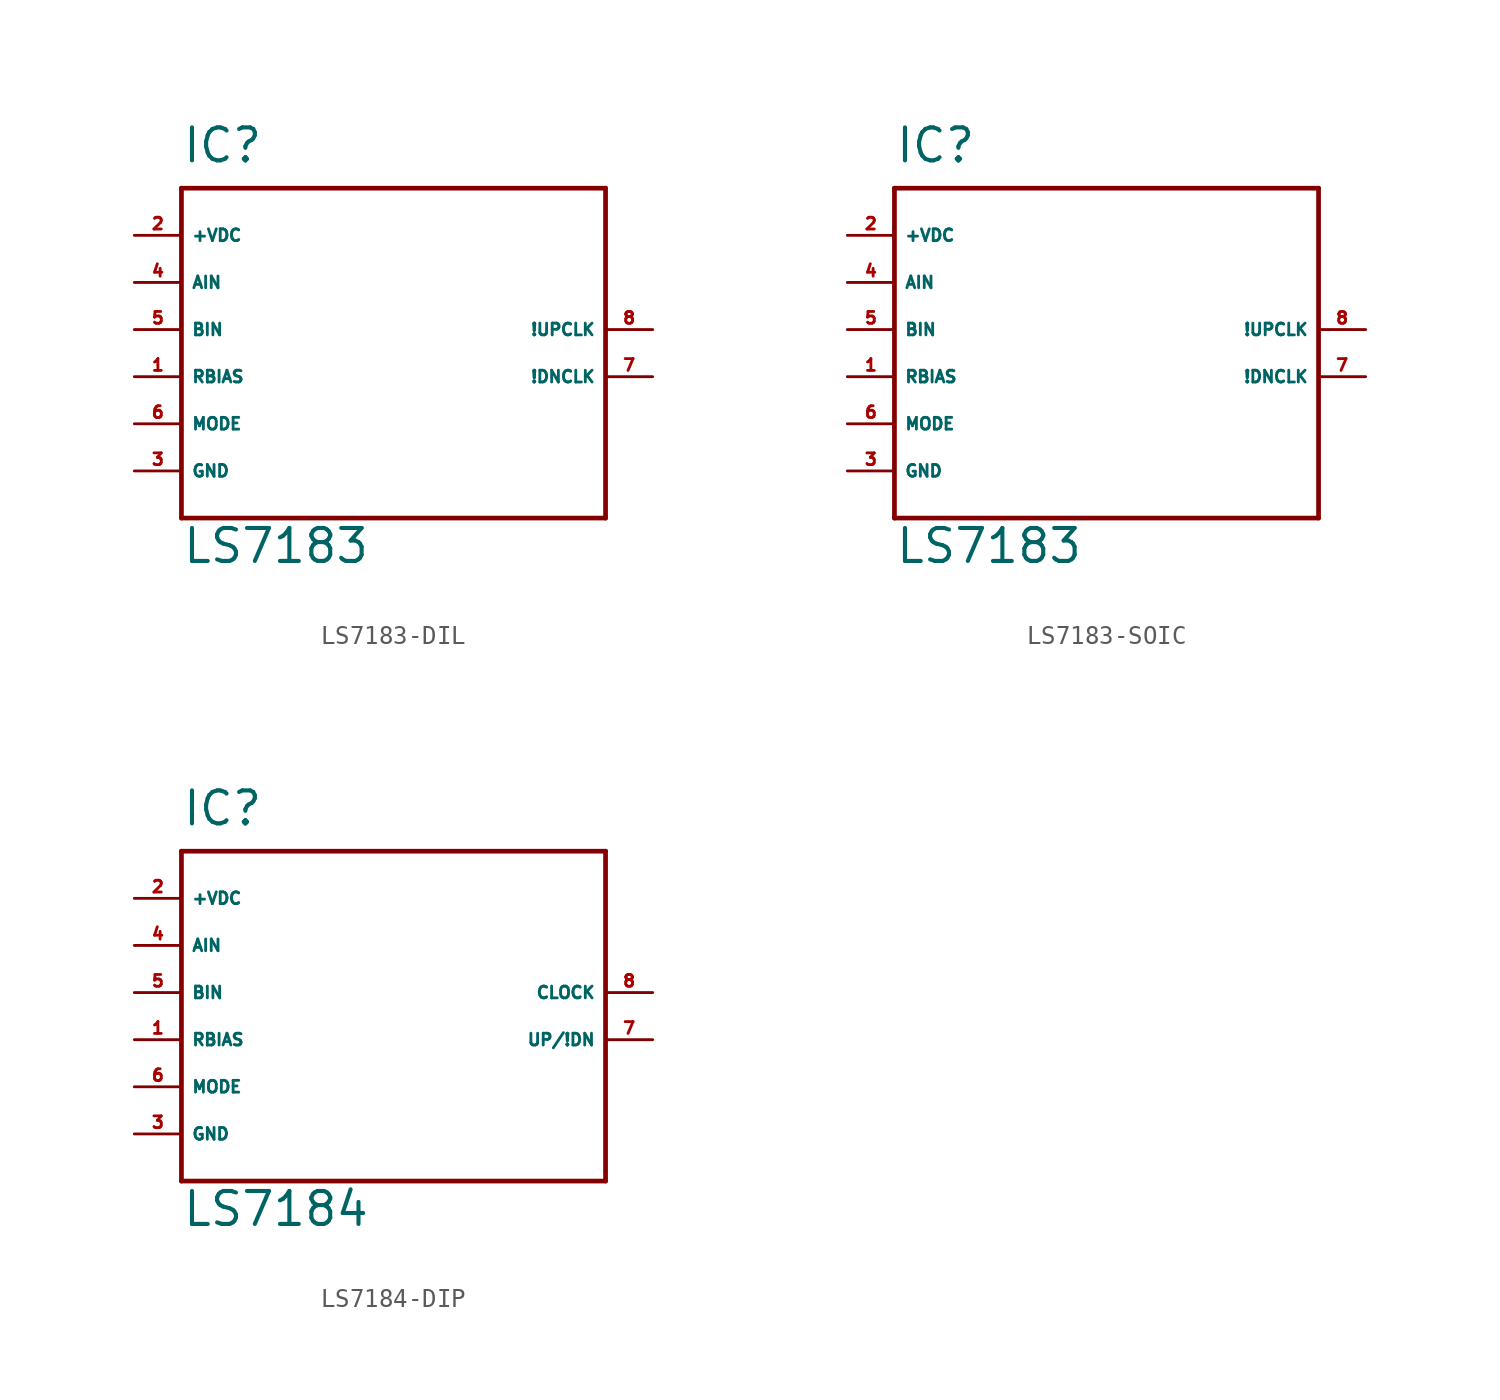
<source format=kicad_sym>
(kicad_symbol_lib
  (version 20220914)
  (generator kicad_symbol_editor)
  (symbol "LS7183-DIL"
    (property "Reference" "IC"
      (at -10.16 11.43 0)
      (effects (font (size 1.778 1.778) (thickness 0.22)) (justify left bottom)))
    (property "Value" "LS7183"
      (at -10.16 -10.16 0)
      (effects (font (size 1.778 1.778) (thickness 0.22)) (justify left bottom)))
    (symbol "LS7183-DIL_1_1"
      (polyline (pts (xy -10.16 -7.62) (xy -10.16 10.16)) (stroke (width 0.254) (type default)) (fill (type none)))
      (polyline (pts (xy -10.16 10.16) (xy 12.7 10.16)) (stroke (width 0.254) (type default)) (fill (type none)))
      (polyline (pts (xy 12.7 -7.62) (xy -10.16 -7.62)) (stroke (width 0.254) (type default)) (fill (type none)))
      (polyline (pts (xy 12.7 10.16) (xy 12.7 -7.62)) (stroke (width 0.254) (type default)) (fill (type none)))
      (pin input line (at -12.7 0 0) (length 2.54) (name "RBIAS" (effects (font (size 0.635 0.635)))) (number "1" (effects (font (size 0.635 0.635)))))
      (pin input line (at -12.7 7.62 0) (length 2.54) (name "+VDC" (effects (font (size 0.635 0.635)))) (number "2" (effects (font (size 0.635 0.635)))))
      (pin unspecified line (at -12.7 -5.08 0) (length 2.54) (name "GND" (effects (font (size 0.635 0.635)))) (number "3" (effects (font (size 0.635 0.635)))))
      (pin input line (at -12.7 5.08 0) (length 2.54) (name "AIN" (effects (font (size 0.635 0.635)))) (number "4" (effects (font (size 0.635 0.635)))))
      (pin input line (at -12.7 2.54 0) (length 2.54) (name "BIN" (effects (font (size 0.635 0.635)))) (number "5" (effects (font (size 0.635 0.635)))))
      (pin input line (at -12.7 -2.54 0) (length 2.54) (name "MODE" (effects (font (size 0.635 0.635)))) (number "6" (effects (font (size 0.635 0.635)))))
      (pin input line (at 15.24 0 180) (length 2.54) (name "!DNCLK" (effects (font (size 0.635 0.635)))) (number "7" (effects (font (size 0.635 0.635)))))
      (pin input line (at 15.24 2.54 180) (length 2.54) (name "!UPCLK" (effects (font (size 0.635 0.635)))) (number "8" (effects (font (size 0.635 0.635)))))))
  (symbol "LS7183-SOIC"
    (property "Reference" "IC"
      (at -10.16 11.43 0)
      (effects (font (size 1.778 1.778) (thickness 0.22)) (justify left bottom)))
    (property "Value" "LS7183"
      (at -10.16 -10.16 0)
      (effects (font (size 1.778 1.778) (thickness 0.22)) (justify left bottom)))
    (symbol "LS7183-SOIC_1_1"
      (polyline (pts (xy -10.16 -7.62) (xy -10.16 10.16)) (stroke (width 0.254) (type default)) (fill (type none)))
      (polyline (pts (xy -10.16 10.16) (xy 12.7 10.16)) (stroke (width 0.254) (type default)) (fill (type none)))
      (polyline (pts (xy 12.7 -7.62) (xy -10.16 -7.62)) (stroke (width 0.254) (type default)) (fill (type none)))
      (polyline (pts (xy 12.7 10.16) (xy 12.7 -7.62)) (stroke (width 0.254) (type default)) (fill (type none)))
      (pin input line (at -12.7 0 0) (length 2.54) (name "RBIAS" (effects (font (size 0.635 0.635)))) (number "1" (effects (font (size 0.635 0.635)))))
      (pin input line (at -12.7 7.62 0) (length 2.54) (name "+VDC" (effects (font (size 0.635 0.635)))) (number "2" (effects (font (size 0.635 0.635)))))
      (pin unspecified line (at -12.7 -5.08 0) (length 2.54) (name "GND" (effects (font (size 0.635 0.635)))) (number "3" (effects (font (size 0.635 0.635)))))
      (pin input line (at -12.7 5.08 0) (length 2.54) (name "AIN" (effects (font (size 0.635 0.635)))) (number "4" (effects (font (size 0.635 0.635)))))
      (pin input line (at -12.7 2.54 0) (length 2.54) (name "BIN" (effects (font (size 0.635 0.635)))) (number "5" (effects (font (size 0.635 0.635)))))
      (pin input line (at -12.7 -2.54 0) (length 2.54) (name "MODE" (effects (font (size 0.635 0.635)))) (number "6" (effects (font (size 0.635 0.635)))))
      (pin input line (at 15.24 0 180) (length 2.54) (name "!DNCLK" (effects (font (size 0.635 0.635)))) (number "7" (effects (font (size 0.635 0.635)))))
      (pin input line (at 15.24 2.54 180) (length 2.54) (name "!UPCLK" (effects (font (size 0.635 0.635)))) (number "8" (effects (font (size 0.635 0.635)))))))
  (symbol "LS7184-DIP"
    (property "Reference" "IC"
      (at -10.16 11.43 0)
      (effects (font (size 1.778 1.778) (thickness 0.22)) (justify left bottom)))
    (property "Value" "LS7184"
      (at -10.16 -10.16 0)
      (effects (font (size 1.778 1.778) (thickness 0.22)) (justify left bottom)))
    (symbol "LS7184-DIP_1_1"
      (polyline (pts (xy -10.16 -7.62) (xy -10.16 10.16)) (stroke (width 0.254) (type default)) (fill (type none)))
      (polyline (pts (xy -10.16 10.16) (xy 12.7 10.16)) (stroke (width 0.254) (type default)) (fill (type none)))
      (polyline (pts (xy 12.7 -7.62) (xy -10.16 -7.62)) (stroke (width 0.254) (type default)) (fill (type none)))
      (polyline (pts (xy 12.7 10.16) (xy 12.7 -7.62)) (stroke (width 0.254) (type default)) (fill (type none)))
      (pin input line (at -12.7 0 0) (length 2.54) (name "RBIAS" (effects (font (size 0.635 0.635)))) (number "1" (effects (font (size 0.635 0.635)))))
      (pin input line (at -12.7 7.62 0) (length 2.54) (name "+VDC" (effects (font (size 0.635 0.635)))) (number "2" (effects (font (size 0.635 0.635)))))
      (pin unspecified line (at -12.7 -5.08 0) (length 2.54) (name "GND" (effects (font (size 0.635 0.635)))) (number "3" (effects (font (size 0.635 0.635)))))
      (pin input line (at -12.7 5.08 0) (length 2.54) (name "AIN" (effects (font (size 0.635 0.635)))) (number "4" (effects (font (size 0.635 0.635)))))
      (pin input line (at -12.7 2.54 0) (length 2.54) (name "BIN" (effects (font (size 0.635 0.635)))) (number "5" (effects (font (size 0.635 0.635)))))
      (pin input line (at -12.7 -2.54 0) (length 2.54) (name "MODE" (effects (font (size 0.635 0.635)))) (number "6" (effects (font (size 0.635 0.635)))))
      (pin input line (at 15.24 0 180) (length 2.54) (name "UP/!DN" (effects (font (size 0.635 0.635)))) (number "7" (effects (font (size 0.635 0.635)))))
      (pin input line (at 15.24 2.54 180) (length 2.54) (name "CLOCK" (effects (font (size 0.635 0.635)))) (number "8" (effects (font (size 0.635 0.635))))))))
</source>
